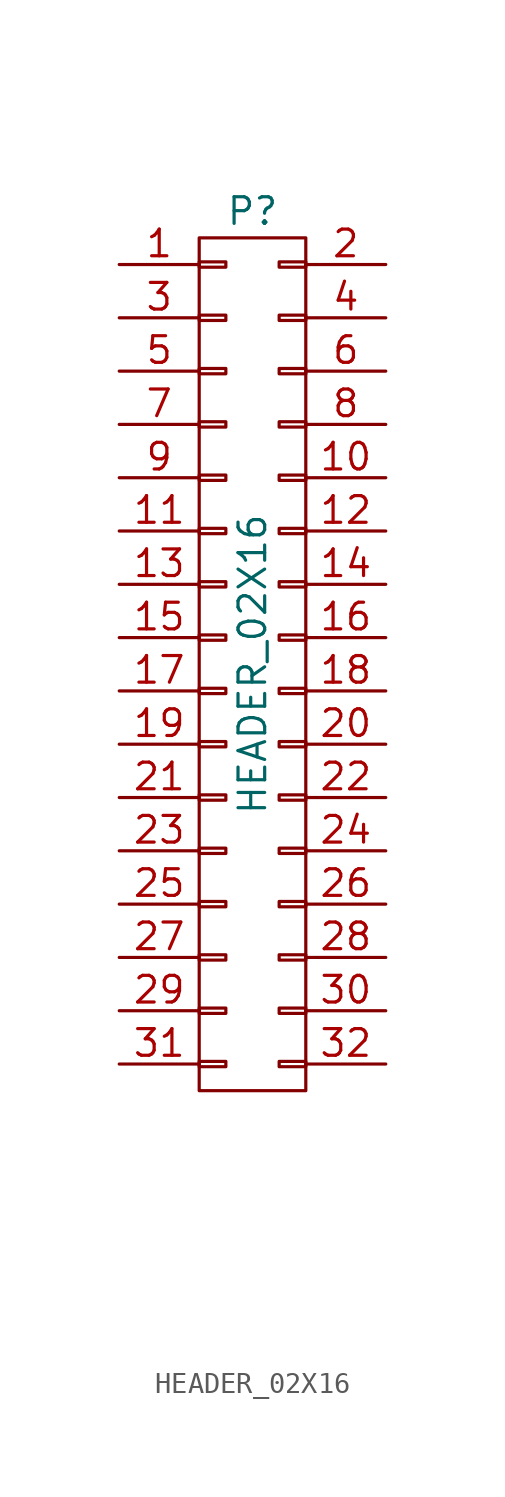
<source format=kicad_sym>
(kicad_symbol_lib
  (version 20211014)
  (generator kicad_symbol_editor)
  (symbol "HEADER_02X16"
    (pin_names
      (offset 0.025) hide)
    (property "Reference" "P"
      (at 0 21.59 0)
      (effects (font (size 1.27 1.27))))
    (property "Value" "HEADER_02X16"
      (at 0 0 90)
      (effects (font (size 1.27 1.27))))
    (property "Datasheet" ""
      (at 0 -27.94 0)
      (effects (font (size 1.524 1.524))))
    (symbol "HEADER_02X16_0_1"
      (rectangle (start -2.54 -18.923) (end -1.27 -19.177) (stroke (width 0) (type default) (color 0 0 0 0)) (fill (type none)))
      (rectangle (start -2.54 -16.383) (end -1.27 -16.637) (stroke (width 0) (type default) (color 0 0 0 0)) (fill (type none)))
      (rectangle (start -2.54 -13.843) (end -1.27 -14.097) (stroke (width 0) (type default) (color 0 0 0 0)) (fill (type none)))
      (rectangle (start -2.54 -11.303) (end -1.27 -11.557) (stroke (width 0) (type default) (color 0 0 0 0)) (fill (type none)))
      (rectangle (start -2.54 -8.763) (end -1.27 -9.017) (stroke (width 0) (type default) (color 0 0 0 0)) (fill (type none)))
      (rectangle (start -2.54 -6.223) (end -1.27 -6.477) (stroke (width 0) (type default) (color 0 0 0 0)) (fill (type none)))
      (rectangle (start -2.54 -3.683) (end -1.27 -3.937) (stroke (width 0) (type default) (color 0 0 0 0)) (fill (type none)))
      (rectangle (start -2.54 -1.143) (end -1.27 -1.397) (stroke (width 0) (type default) (color 0 0 0 0)) (fill (type none)))
      (rectangle (start -2.54 1.397) (end -1.27 1.143) (stroke (width 0) (type default) (color 0 0 0 0)) (fill (type none)))
      (rectangle (start -2.54 3.937) (end -1.27 3.683) (stroke (width 0) (type default) (color 0 0 0 0)) (fill (type none)))
      (rectangle (start -2.54 6.477) (end -1.27 6.223) (stroke (width 0) (type default) (color 0 0 0 0)) (fill (type none)))
      (rectangle (start -2.54 9.017) (end -1.27 8.763) (stroke (width 0) (type default) (color 0 0 0 0)) (fill (type none)))
      (rectangle (start -2.54 11.557) (end -1.27 11.303) (stroke (width 0) (type default) (color 0 0 0 0)) (fill (type none)))
      (rectangle (start -2.54 14.097) (end -1.27 13.843) (stroke (width 0) (type default) (color 0 0 0 0)) (fill (type none)))
      (rectangle (start -2.54 16.637) (end -1.27 16.383) (stroke (width 0) (type default) (color 0 0 0 0)) (fill (type none)))
      (rectangle (start -2.54 19.177) (end -1.27 18.923) (stroke (width 0) (type default) (color 0 0 0 0)) (fill (type none)))
      (rectangle (start -2.54 20.32) (end 2.54 -20.32) (stroke (width 0) (type default) (color 0 0 0 0)) (fill (type none)))
      (rectangle (start 1.27 -18.923) (end 2.54 -19.177) (stroke (width 0) (type default) (color 0 0 0 0)) (fill (type none)))
      (rectangle (start 1.27 -16.383) (end 2.54 -16.637) (stroke (width 0) (type default) (color 0 0 0 0)) (fill (type none)))
      (rectangle (start 1.27 -13.843) (end 2.54 -14.097) (stroke (width 0) (type default) (color 0 0 0 0)) (fill (type none)))
      (rectangle (start 1.27 -11.303) (end 2.54 -11.557) (stroke (width 0) (type default) (color 0 0 0 0)) (fill (type none)))
      (rectangle (start 1.27 -8.763) (end 2.54 -9.017) (stroke (width 0) (type default) (color 0 0 0 0)) (fill (type none)))
      (rectangle (start 1.27 -6.223) (end 2.54 -6.477) (stroke (width 0) (type default) (color 0 0 0 0)) (fill (type none)))
      (rectangle (start 1.27 -3.683) (end 2.54 -3.937) (stroke (width 0) (type default) (color 0 0 0 0)) (fill (type none)))
      (rectangle (start 1.27 -1.143) (end 2.54 -1.397) (stroke (width 0) (type default) (color 0 0 0 0)) (fill (type none)))
      (rectangle (start 1.27 1.397) (end 2.54 1.143) (stroke (width 0) (type default) (color 0 0 0 0)) (fill (type none)))
      (rectangle (start 1.27 3.937) (end 2.54 3.683) (stroke (width 0) (type default) (color 0 0 0 0)) (fill (type none)))
      (rectangle (start 1.27 6.477) (end 2.54 6.223) (stroke (width 0) (type default) (color 0 0 0 0)) (fill (type none)))
      (rectangle (start 1.27 9.017) (end 2.54 8.763) (stroke (width 0) (type default) (color 0 0 0 0)) (fill (type none)))
      (rectangle (start 1.27 11.557) (end 2.54 11.303) (stroke (width 0) (type default) (color 0 0 0 0)) (fill (type none)))
      (rectangle (start 1.27 14.097) (end 2.54 13.843) (stroke (width 0) (type default) (color 0 0 0 0)) (fill (type none)))
      (rectangle (start 1.27 16.637) (end 2.54 16.383) (stroke (width 0) (type default) (color 0 0 0 0)) (fill (type none)))
      (rectangle (start 1.27 19.177) (end 2.54 18.923) (stroke (width 0) (type default) (color 0 0 0 0)) (fill (type none))))
    (symbol "HEADER_02X16_1_1"
      (pin passive line (at -6.35 19.05 0) (length 3.81) (name "P1" (effects (font (size 1.27 1.27)))) (number "1" (effects (font (size 1.27 1.27)))))
      (pin passive line (at 6.35 8.89 180) (length 3.81) (name "P10" (effects (font (size 1.27 1.27)))) (number "10" (effects (font (size 1.27 1.27)))))
      (pin passive line (at -6.35 6.35 0) (length 3.81) (name "P11" (effects (font (size 1.27 1.27)))) (number "11" (effects (font (size 1.27 1.27)))))
      (pin passive line (at 6.35 6.35 180) (length 3.81) (name "P12" (effects (font (size 1.27 1.27)))) (number "12" (effects (font (size 1.27 1.27)))))
      (pin passive line (at -6.35 3.81 0) (length 3.81) (name "P13" (effects (font (size 1.27 1.27)))) (number "13" (effects (font (size 1.27 1.27)))))
      (pin passive line (at 6.35 3.81 180) (length 3.81) (name "P14" (effects (font (size 1.27 1.27)))) (number "14" (effects (font (size 1.27 1.27)))))
      (pin passive line (at -6.35 1.27 0) (length 3.81) (name "P15" (effects (font (size 1.27 1.27)))) (number "15" (effects (font (size 1.27 1.27)))))
      (pin passive line (at 6.35 1.27 180) (length 3.81) (name "P16" (effects (font (size 1.27 1.27)))) (number "16" (effects (font (size 1.27 1.27)))))
      (pin passive line (at -6.35 -1.27 0) (length 3.81) (name "P17" (effects (font (size 1.27 1.27)))) (number "17" (effects (font (size 1.27 1.27)))))
      (pin passive line (at 6.35 -1.27 180) (length 3.81) (name "P18" (effects (font (size 1.27 1.27)))) (number "18" (effects (font (size 1.27 1.27)))))
      (pin passive line (at -6.35 -3.81 0) (length 3.81) (name "P19" (effects (font (size 1.27 1.27)))) (number "19" (effects (font (size 1.27 1.27)))))
      (pin passive line (at 6.35 19.05 180) (length 3.81) (name "P2" (effects (font (size 1.27 1.27)))) (number "2" (effects (font (size 1.27 1.27)))))
      (pin passive line (at 6.35 -3.81 180) (length 3.81) (name "P20" (effects (font (size 1.27 1.27)))) (number "20" (effects (font (size 1.27 1.27)))))
      (pin passive line (at -6.35 -6.35 0) (length 3.81) (name "P21" (effects (font (size 1.27 1.27)))) (number "21" (effects (font (size 1.27 1.27)))))
      (pin passive line (at 6.35 -6.35 180) (length 3.81) (name "P22" (effects (font (size 1.27 1.27)))) (number "22" (effects (font (size 1.27 1.27)))))
      (pin passive line (at -6.35 -8.89 0) (length 3.81) (name "P23" (effects (font (size 1.27 1.27)))) (number "23" (effects (font (size 1.27 1.27)))))
      (pin passive line (at 6.35 -8.89 180) (length 3.81) (name "P24" (effects (font (size 1.27 1.27)))) (number "24" (effects (font (size 1.27 1.27)))))
      (pin passive line (at -6.35 -11.43 0) (length 3.81) (name "P25" (effects (font (size 1.27 1.27)))) (number "25" (effects (font (size 1.27 1.27)))))
      (pin passive line (at 6.35 -11.43 180) (length 3.81) (name "P26" (effects (font (size 1.27 1.27)))) (number "26" (effects (font (size 1.27 1.27)))))
      (pin passive line (at -6.35 -13.97 0) (length 3.81) (name "P27" (effects (font (size 1.27 1.27)))) (number "27" (effects (font (size 1.27 1.27)))))
      (pin passive line (at 6.35 -13.97 180) (length 3.81) (name "P28" (effects (font (size 1.27 1.27)))) (number "28" (effects (font (size 1.27 1.27)))))
      (pin passive line (at -6.35 -16.51 0) (length 3.81) (name "P29" (effects (font (size 1.27 1.27)))) (number "29" (effects (font (size 1.27 1.27)))))
      (pin passive line (at -6.35 16.51 0) (length 3.81) (name "P3" (effects (font (size 1.27 1.27)))) (number "3" (effects (font (size 1.27 1.27)))))
      (pin passive line (at 6.35 -16.51 180) (length 3.81) (name "P30" (effects (font (size 1.27 1.27)))) (number "30" (effects (font (size 1.27 1.27)))))
      (pin passive line (at -6.35 -19.05 0) (length 3.81) (name "P31" (effects (font (size 1.27 1.27)))) (number "31" (effects (font (size 1.27 1.27)))))
      (pin passive line (at 6.35 -19.05 180) (length 3.81) (name "P32" (effects (font (size 1.27 1.27)))) (number "32" (effects (font (size 1.27 1.27)))))
      (pin passive line (at 6.35 16.51 180) (length 3.81) (name "P4" (effects (font (size 1.27 1.27)))) (number "4" (effects (font (size 1.27 1.27)))))
      (pin passive line (at -6.35 13.97 0) (length 3.81) (name "P5" (effects (font (size 1.27 1.27)))) (number "5" (effects (font (size 1.27 1.27)))))
      (pin passive line (at 6.35 13.97 180) (length 3.81) (name "P6" (effects (font (size 1.27 1.27)))) (number "6" (effects (font (size 1.27 1.27)))))
      (pin passive line (at -6.35 11.43 0) (length 3.81) (name "P7" (effects (font (size 1.27 1.27)))) (number "7" (effects (font (size 1.27 1.27)))))
      (pin passive line (at 6.35 11.43 180) (length 3.81) (name "P8" (effects (font (size 1.27 1.27)))) (number "8" (effects (font (size 1.27 1.27)))))
      (pin passive line (at -6.35 8.89 0) (length 3.81) (name "P9" (effects (font (size 1.27 1.27)))) (number "9" (effects (font (size 1.27 1.27))))))))
</source>
